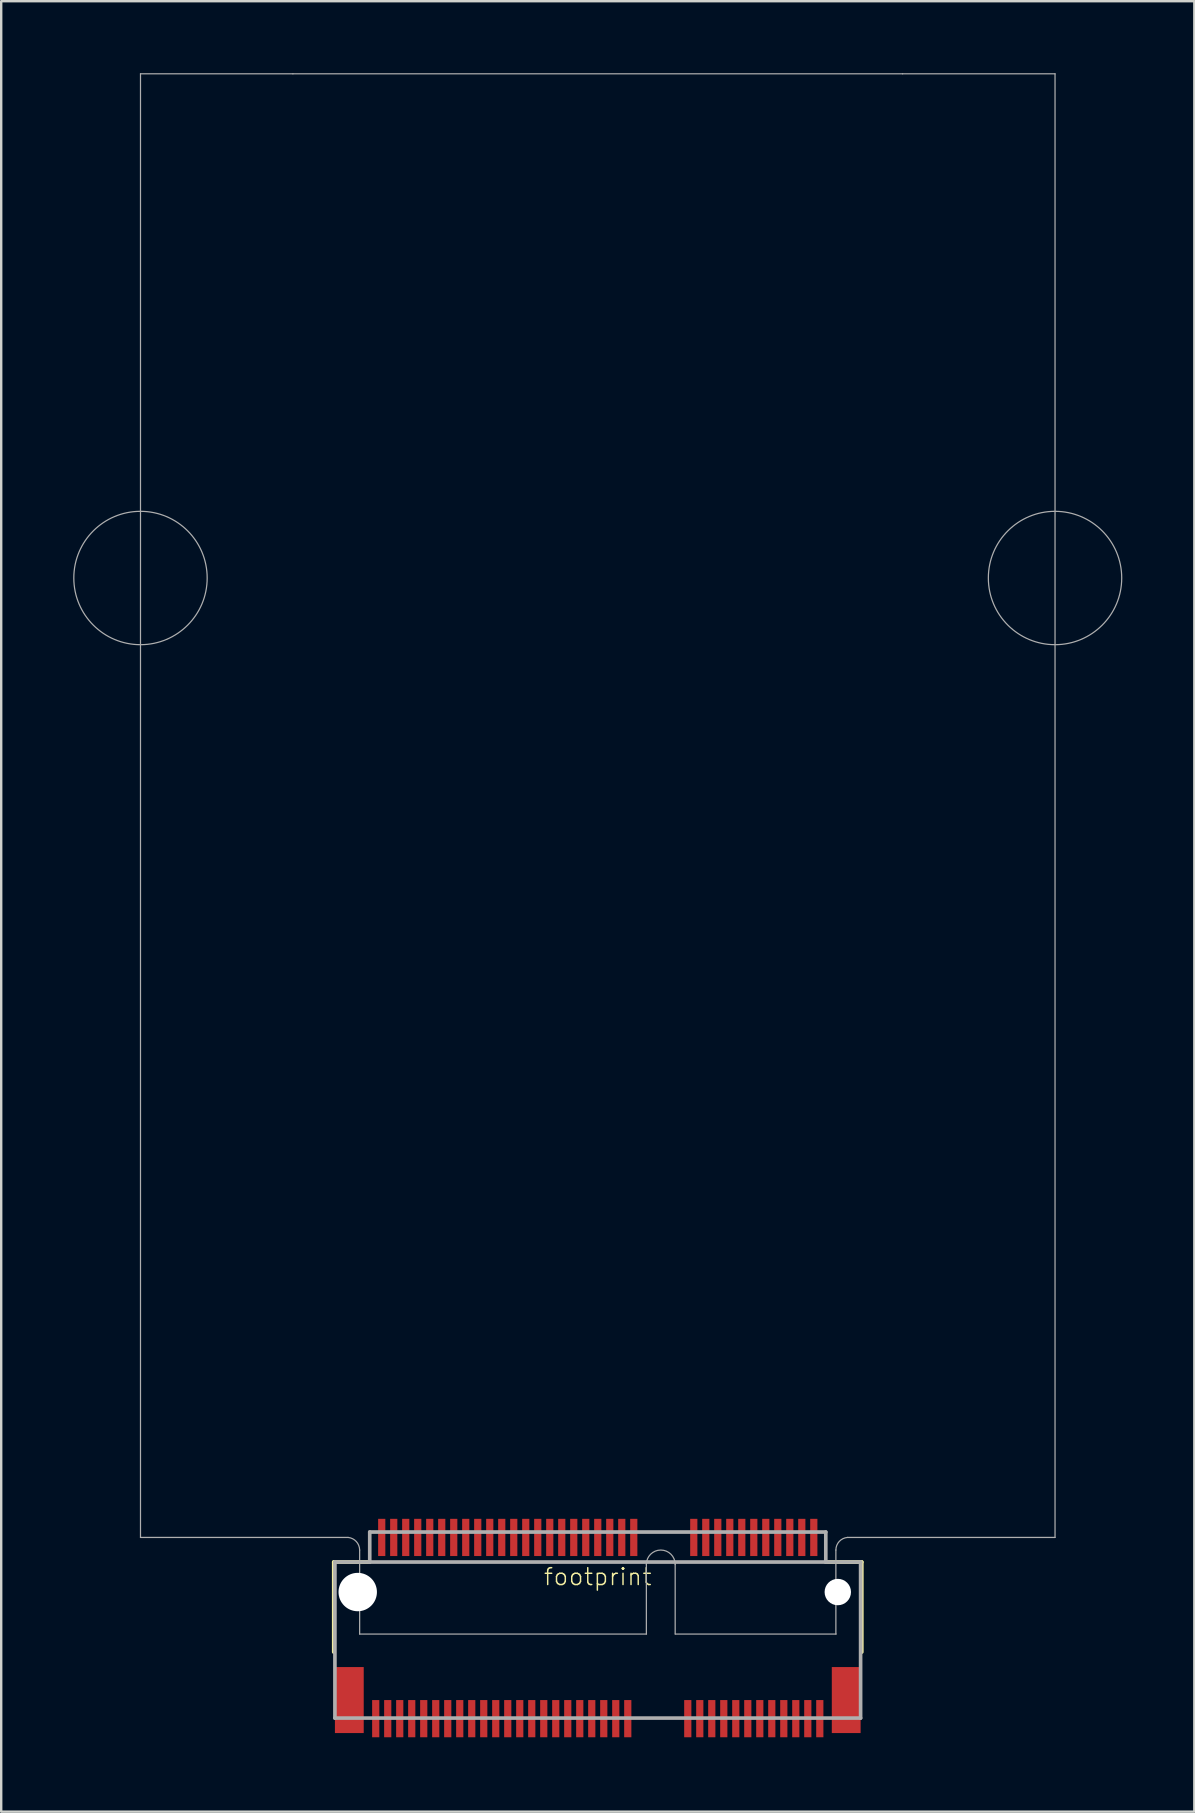
<source format=kicad_pcb>
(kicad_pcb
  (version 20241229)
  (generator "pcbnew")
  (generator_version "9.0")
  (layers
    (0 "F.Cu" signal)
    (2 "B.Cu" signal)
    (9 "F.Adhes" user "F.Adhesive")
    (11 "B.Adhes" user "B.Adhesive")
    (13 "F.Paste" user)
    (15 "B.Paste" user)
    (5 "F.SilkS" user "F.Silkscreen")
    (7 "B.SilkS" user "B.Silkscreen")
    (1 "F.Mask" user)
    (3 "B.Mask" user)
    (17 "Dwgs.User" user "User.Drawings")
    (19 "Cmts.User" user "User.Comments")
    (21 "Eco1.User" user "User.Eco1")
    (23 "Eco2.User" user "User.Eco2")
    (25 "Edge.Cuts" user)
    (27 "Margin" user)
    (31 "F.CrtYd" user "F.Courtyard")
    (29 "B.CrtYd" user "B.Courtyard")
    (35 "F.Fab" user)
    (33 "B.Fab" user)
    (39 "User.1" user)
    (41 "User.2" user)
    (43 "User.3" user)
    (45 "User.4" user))
  (footprint "footprint"
    (layer "F.Cu")
    (at 21.853 63.275)
    (property "Reference" "footprint" (at 0 -0.635 0) (layer "F.SilkS") (effects (font (size 0.701 0.701) (thickness 0.061))))
    (fp_line (start -11 2.5) (end -11 -1.25) (stroke (width 0.152) (type solid)) (layer "F.SilkS"))
    (fp_line (start -9.5 -1.25) (end -11 -1.25) (stroke (width 0.152) (type solid)) (layer "F.SilkS"))
    (fp_line (start 11 -1.25) (end 9.5 -1.25) (stroke (width 0.152) (type solid)) (layer "F.SilkS"))
    (fp_line (start 11 2.5) (end 11 -1.25) (stroke (width 0.152) (type solid)) (layer "F.SilkS"))
    (fp_poly (pts (xy -9.4 6.15) (xy -9.1 6.15) (xy -9.1 4.4) (xy -9.4 4.4)) (stroke (width 0) (type solid)) (fill yes) (layer "F.Paste"))
    (fp_poly (pts (xy -9.15 -1.4) (xy -8.85 -1.4) (xy -8.85 -3.15) (xy -9.15 -3.15)) (stroke (width 0) (type solid)) (fill yes) (layer "F.Paste"))
    (fp_poly (pts (xy -8.9 6.15) (xy -8.6 6.15) (xy -8.6 4.4) (xy -8.9 4.4)) (stroke (width 0) (type solid)) (fill yes) (layer "F.Paste"))
    (fp_poly (pts (xy -8.65 -1.4) (xy -8.35 -1.4) (xy -8.35 -3.15) (xy -8.65 -3.15)) (stroke (width 0) (type solid)) (fill yes) (layer "F.Paste"))
    (fp_poly (pts (xy -8.4 6.15) (xy -8.1 6.15) (xy -8.1 4.4) (xy -8.4 4.4)) (stroke (width 0) (type solid)) (fill yes) (layer "F.Paste"))
    (fp_poly (pts (xy -8.15 -1.4) (xy -7.85 -1.4) (xy -7.85 -3.15) (xy -8.15 -3.15)) (stroke (width 0) (type solid)) (fill yes) (layer "F.Paste"))
    (fp_poly (pts (xy -7.9 6.15) (xy -7.6 6.15) (xy -7.6 4.4) (xy -7.9 4.4)) (stroke (width 0) (type solid)) (fill yes) (layer "F.Paste"))
    (fp_poly (pts (xy -7.65 -1.4) (xy -7.35 -1.4) (xy -7.35 -3.15) (xy -7.65 -3.15)) (stroke (width 0) (type solid)) (fill yes) (layer "F.Paste"))
    (fp_poly (pts (xy -7.4 6.15) (xy -7.1 6.15) (xy -7.1 4.4) (xy -7.4 4.4)) (stroke (width 0) (type solid)) (fill yes) (layer "F.Paste"))
    (fp_poly (pts (xy -7.15 -1.4) (xy -6.85 -1.4) (xy -6.85 -3.15) (xy -7.15 -3.15)) (stroke (width 0) (type solid)) (fill yes) (layer "F.Paste"))
    (fp_poly (pts (xy -6.9 6.15) (xy -6.6 6.15) (xy -6.6 4.4) (xy -6.9 4.4)) (stroke (width 0) (type solid)) (fill yes) (layer "F.Paste"))
    (fp_poly (pts (xy -6.65 -1.4) (xy -6.35 -1.4) (xy -6.35 -3.15) (xy -6.65 -3.15)) (stroke (width 0) (type solid)) (fill yes) (layer "F.Paste"))
    (fp_poly (pts (xy -6.4 6.15) (xy -6.1 6.15) (xy -6.1 4.4) (xy -6.4 4.4)) (stroke (width 0) (type solid)) (fill yes) (layer "F.Paste"))
    (fp_poly (pts (xy -6.15 -1.4) (xy -5.85 -1.4) (xy -5.85 -3.15) (xy -6.15 -3.15)) (stroke (width 0) (type solid)) (fill yes) (layer "F.Paste"))
    (fp_poly (pts (xy -5.9 6.15) (xy -5.6 6.15) (xy -5.6 4.4) (xy -5.9 4.4)) (stroke (width 0) (type solid)) (fill yes) (layer "F.Paste"))
    (fp_poly (pts (xy -5.65 -1.4) (xy -5.35 -1.4) (xy -5.35 -3.15) (xy -5.65 -3.15)) (stroke (width 0) (type solid)) (fill yes) (layer "F.Paste"))
    (fp_poly (pts (xy -5.4 6.15) (xy -5.1 6.15) (xy -5.1 4.4) (xy -5.4 4.4)) (stroke (width 0) (type solid)) (fill yes) (layer "F.Paste"))
    (fp_poly (pts (xy -5.15 -1.4) (xy -4.85 -1.4) (xy -4.85 -3.15) (xy -5.15 -3.15)) (stroke (width 0) (type solid)) (fill yes) (layer "F.Paste"))
    (fp_poly (pts (xy -4.9 6.15) (xy -4.6 6.15) (xy -4.6 4.4) (xy -4.9 4.4)) (stroke (width 0) (type solid)) (fill yes) (layer "F.Paste"))
    (fp_poly (pts (xy -4.65 -1.4) (xy -4.35 -1.4) (xy -4.35 -3.15) (xy -4.65 -3.15)) (stroke (width 0) (type solid)) (fill yes) (layer "F.Paste"))
    (fp_poly (pts (xy -4.4 6.15) (xy -4.1 6.15) (xy -4.1 4.4) (xy -4.4 4.4)) (stroke (width 0) (type solid)) (fill yes) (layer "F.Paste"))
    (fp_poly (pts (xy -4.15 -1.4) (xy -3.85 -1.4) (xy -3.85 -3.15) (xy -4.15 -3.15)) (stroke (width 0) (type solid)) (fill yes) (layer "F.Paste"))
    (fp_poly (pts (xy -3.9 6.15) (xy -3.6 6.15) (xy -3.6 4.4) (xy -3.9 4.4)) (stroke (width 0) (type solid)) (fill yes) (layer "F.Paste"))
    (fp_poly (pts (xy -3.65 -1.4) (xy -3.35 -1.4) (xy -3.35 -3.15) (xy -3.65 -3.15)) (stroke (width 0) (type solid)) (fill yes) (layer "F.Paste"))
    (fp_poly (pts (xy -3.4 6.15) (xy -3.1 6.15) (xy -3.1 4.4) (xy -3.4 4.4)) (stroke (width 0) (type solid)) (fill yes) (layer "F.Paste"))
    (fp_poly (pts (xy -3.15 -1.4) (xy -2.85 -1.4) (xy -2.85 -3.15) (xy -3.15 -3.15)) (stroke (width 0) (type solid)) (fill yes) (layer "F.Paste"))
    (fp_poly (pts (xy -2.9 6.15) (xy -2.6 6.15) (xy -2.6 4.4) (xy -2.9 4.4)) (stroke (width 0) (type solid)) (fill yes) (layer "F.Paste"))
    (fp_poly (pts (xy -2.65 -1.4) (xy -2.35 -1.4) (xy -2.35 -3.15) (xy -2.65 -3.15)) (stroke (width 0) (type solid)) (fill yes) (layer "F.Paste"))
    (fp_poly (pts (xy -2.4 6.15) (xy -2.1 6.15) (xy -2.1 4.4) (xy -2.4 4.4)) (stroke (width 0) (type solid)) (fill yes) (layer "F.Paste"))
    (fp_poly (pts (xy -2.15 -1.4) (xy -1.85 -1.4) (xy -1.85 -3.15) (xy -2.15 -3.15)) (stroke (width 0) (type solid)) (fill yes) (layer "F.Paste"))
    (fp_poly (pts (xy -1.9 6.15) (xy -1.6 6.15) (xy -1.6 4.4) (xy -1.9 4.4)) (stroke (width 0) (type solid)) (fill yes) (layer "F.Paste"))
    (fp_poly (pts (xy -1.65 -1.4) (xy -1.35 -1.4) (xy -1.35 -3.15) (xy -1.65 -3.15)) (stroke (width 0) (type solid)) (fill yes) (layer "F.Paste"))
    (fp_poly (pts (xy -1.4 6.15) (xy -1.1 6.15) (xy -1.1 4.4) (xy -1.4 4.4)) (stroke (width 0) (type solid)) (fill yes) (layer "F.Paste"))
    (fp_poly (pts (xy -1.15 -1.4) (xy -0.85 -1.4) (xy -0.85 -3.15) (xy -1.15 -3.15)) (stroke (width 0) (type solid)) (fill yes) (layer "F.Paste"))
    (fp_poly (pts (xy -0.9 6.15) (xy -0.6 6.15) (xy -0.6 4.4) (xy -0.9 4.4)) (stroke (width 0) (type solid)) (fill yes) (layer "F.Paste"))
    (fp_poly (pts (xy -0.65 -1.4) (xy -0.35 -1.4) (xy -0.35 -3.15) (xy -0.65 -3.15)) (stroke (width 0) (type solid)) (fill yes) (layer "F.Paste"))
    (fp_poly (pts (xy -0.4 6.15) (xy -0.1 6.15) (xy -0.1 4.4) (xy -0.4 4.4)) (stroke (width 0) (type solid)) (fill yes) (layer "F.Paste"))
    (fp_poly (pts (xy -0.15 -1.4) (xy 0.15 -1.4) (xy 0.15 -3.15) (xy -0.15 -3.15)) (stroke (width 0) (type solid)) (fill yes) (layer "F.Paste"))
    (fp_poly (pts (xy 0.1 6.15) (xy 0.4 6.15) (xy 0.4 4.4) (xy 0.1 4.4)) (stroke (width 0) (type solid)) (fill yes) (layer "F.Paste"))
    (fp_poly (pts (xy 0.35 -1.4) (xy 0.65 -1.4) (xy 0.65 -3.15) (xy 0.35 -3.15)) (stroke (width 0) (type solid)) (fill yes) (layer "F.Paste"))
    (fp_poly (pts (xy 0.6 6.15) (xy 0.9 6.15) (xy 0.9 4.4) (xy 0.6 4.4)) (stroke (width 0) (type solid)) (fill yes) (layer "F.Paste"))
    (fp_poly (pts (xy 0.85 -1.4) (xy 1.15 -1.4) (xy 1.15 -3.15) (xy 0.85 -3.15)) (stroke (width 0) (type solid)) (fill yes) (layer "F.Paste"))
    (fp_poly (pts (xy 1.1 6.15) (xy 1.4 6.15) (xy 1.4 4.4) (xy 1.1 4.4)) (stroke (width 0) (type solid)) (fill yes) (layer "F.Paste"))
    (fp_poly (pts (xy 1.35 -1.4) (xy 1.65 -1.4) (xy 1.65 -3.15) (xy 1.35 -3.15)) (stroke (width 0) (type solid)) (fill yes) (layer "F.Paste"))
    (fp_poly (pts (xy 3.6 6.15) (xy 3.9 6.15) (xy 3.9 4.4) (xy 3.6 4.4)) (stroke (width 0) (type solid)) (fill yes) (layer "F.Paste"))
    (fp_poly (pts (xy 3.85 -1.4) (xy 4.15 -1.4) (xy 4.15 -3.15) (xy 3.85 -3.15)) (stroke (width 0) (type solid)) (fill yes) (layer "F.Paste"))
    (fp_poly (pts (xy 4.1 6.15) (xy 4.4 6.15) (xy 4.4 4.4) (xy 4.1 4.4)) (stroke (width 0) (type solid)) (fill yes) (layer "F.Paste"))
    (fp_poly (pts (xy 4.35 -1.4) (xy 4.65 -1.4) (xy 4.65 -3.15) (xy 4.35 -3.15)) (stroke (width 0) (type solid)) (fill yes) (layer "F.Paste"))
    (fp_poly (pts (xy 4.6 6.15) (xy 4.9 6.15) (xy 4.9 4.4) (xy 4.6 4.4)) (stroke (width 0) (type solid)) (fill yes) (layer "F.Paste"))
    (fp_poly (pts (xy 4.85 -1.4) (xy 5.15 -1.4) (xy 5.15 -3.15) (xy 4.85 -3.15)) (stroke (width 0) (type solid)) (fill yes) (layer "F.Paste"))
    (fp_poly (pts (xy 5.1 6.15) (xy 5.4 6.15) (xy 5.4 4.4) (xy 5.1 4.4)) (stroke (width 0) (type solid)) (fill yes) (layer "F.Paste"))
    (fp_poly (pts (xy 5.35 -1.4) (xy 5.65 -1.4) (xy 5.65 -3.15) (xy 5.35 -3.15)) (stroke (width 0) (type solid)) (fill yes) (layer "F.Paste"))
    (fp_poly (pts (xy 5.6 6.15) (xy 5.9 6.15) (xy 5.9 4.4) (xy 5.6 4.4)) (stroke (width 0) (type solid)) (fill yes) (layer "F.Paste"))
    (fp_poly (pts (xy 5.85 -1.4) (xy 6.15 -1.4) (xy 6.15 -3.15) (xy 5.85 -3.15)) (stroke (width 0) (type solid)) (fill yes) (layer "F.Paste"))
    (fp_poly (pts (xy 6.1 6.15) (xy 6.4 6.15) (xy 6.4 4.4) (xy 6.1 4.4)) (stroke (width 0) (type solid)) (fill yes) (layer "F.Paste"))
    (fp_poly (pts (xy 6.35 -1.4) (xy 6.65 -1.4) (xy 6.65 -3.15) (xy 6.35 -3.15)) (stroke (width 0) (type solid)) (fill yes) (layer "F.Paste"))
    (fp_poly (pts (xy 6.6 6.15) (xy 6.9 6.15) (xy 6.9 4.4) (xy 6.6 4.4)) (stroke (width 0) (type solid)) (fill yes) (layer "F.Paste"))
    (fp_poly (pts (xy 6.85 -1.4) (xy 7.15 -1.4) (xy 7.15 -3.15) (xy 6.85 -3.15)) (stroke (width 0) (type solid)) (fill yes) (layer "F.Paste"))
    (fp_poly (pts (xy 7.1 6.15) (xy 7.4 6.15) (xy 7.4 4.4) (xy 7.1 4.4)) (stroke (width 0) (type solid)) (fill yes) (layer "F.Paste"))
    (fp_poly (pts (xy 7.35 -1.4) (xy 7.65 -1.4) (xy 7.65 -3.15) (xy 7.35 -3.15)) (stroke (width 0) (type solid)) (fill yes) (layer "F.Paste"))
    (fp_poly (pts (xy 7.6 6.15) (xy 7.9 6.15) (xy 7.9 4.4) (xy 7.6 4.4)) (stroke (width 0) (type solid)) (fill yes) (layer "F.Paste"))
    (fp_poly (pts (xy 7.85 -1.4) (xy 8.15 -1.4) (xy 8.15 -3.15) (xy 7.85 -3.15)) (stroke (width 0) (type solid)) (fill yes) (layer "F.Paste"))
    (fp_poly (pts (xy 8.1 6.15) (xy 8.4 6.15) (xy 8.4 4.4) (xy 8.1 4.4)) (stroke (width 0) (type solid)) (fill yes) (layer "F.Paste"))
    (fp_poly (pts (xy 8.35 -1.4) (xy 8.65 -1.4) (xy 8.65 -3.15) (xy 8.35 -3.15)) (stroke (width 0) (type solid)) (fill yes) (layer "F.Paste"))
    (fp_poly (pts (xy 8.6 6.15) (xy 8.9 6.15) (xy 8.9 4.4) (xy 8.6 4.4)) (stroke (width 0) (type solid)) (fill yes) (layer "F.Paste"))
    (fp_poly (pts (xy 8.85 -1.4) (xy 9.15 -1.4) (xy 9.15 -3.15) (xy 8.85 -3.15)) (stroke (width 0) (type solid)) (fill yes) (layer "F.Paste"))
    (fp_poly (pts (xy 9.1 6.15) (xy 9.4 6.15) (xy 9.4 4.4) (xy 9.1 4.4)) (stroke (width 0) (type solid)) (fill yes) (layer "F.Paste"))
    (fp_line (start -19.05 -63.25) (end -12.7 -63.25) (stroke (width 0.051) (type solid)) (layer "F.Fab"))
    (fp_line (start -19.05 -2.275) (end -19.05 -63.25) (stroke (width 0.051) (type solid)) (layer "F.Fab"))
    (fp_line (start -12.7 -63.25) (end 12.7 -63.25) (stroke (width 0.051) (type solid)) (layer "F.Fab"))
    (fp_line (start -10.95 -1.25) (end -10.95 5.25) (stroke (width 0.152) (type solid)) (layer "F.Fab"))
    (fp_line (start -10.95 5.25) (end 10.95 5.25) (stroke (width 0.152) (type solid)) (layer "F.Fab"))
    (fp_line (start -10.4 -2.275) (end -19.05 -2.275) (stroke (width 0.051) (type solid)) (layer "F.Fab"))
    (fp_line (start -9.92 1.75) (end -9.92 -1.75) (stroke (width 0.051) (type solid)) (layer "F.Fab"))
    (fp_line (start -9.5 -2.5) (end -9.5 -1.25) (stroke (width 0.152) (type solid)) (layer "F.Fab"))
    (fp_line (start -9.5 -1.25) (end -10.95 -1.25) (stroke (width 0.152) (type solid)) (layer "F.Fab"))
    (fp_line (start 2.025 -1.15) (end 2.025 1.75) (stroke (width 0.051) (type solid)) (layer "F.Fab"))
    (fp_line (start 2.03 1.75) (end -9.92 1.75) (stroke (width 0.051) (type solid)) (layer "F.Fab"))
    (fp_line (start 3.225 -1.15) (end 3.225 1.75) (stroke (width 0.051) (type solid)) (layer "F.Fab"))
    (fp_line (start 9.5 -2.5) (end -9.5 -2.5) (stroke (width 0.152) (type solid)) (layer "F.Fab"))
    (fp_line (start 9.5 -2.5) (end 9.5 -1.25) (stroke (width 0.152) (type solid)) (layer "F.Fab"))
    (fp_line (start 9.5 -1.25) (end -9.5 -1.25) (stroke (width 0.152) (type solid)) (layer "F.Fab"))
    (fp_line (start 9.92 -1.75) (end 9.92 1.75) (stroke (width 0.051) (type solid)) (layer "F.Fab"))
    (fp_line (start 9.93 1.75) (end 3.23 1.75) (stroke (width 0.051) (type solid)) (layer "F.Fab"))
    (fp_line (start 10.4 -2.275) (end 19.05 -2.275) (stroke (width 0.051) (type solid)) (layer "F.Fab"))
    (fp_line (start 10.95 -1.25) (end 9.5 -1.25) (stroke (width 0.152) (type solid)) (layer "F.Fab"))
    (fp_line (start 10.95 5.25) (end 10.95 -1.25) (stroke (width 0.152) (type solid)) (layer "F.Fab"))
    (fp_line (start 12.7 -63.25) (end 19.05 -63.25) (stroke (width 0.051) (type solid)) (layer "F.Fab"))
    (fp_line (start 19.05 -2.275) (end 19.05 -63.25) (stroke (width 0.051) (type solid)) (layer "F.Fab"))
    (fp_arc (start -10.4 -2.275) (mid -10.059471 -2.104412) (end -9.919998 -1.75) (stroke (width 0.0508) (type solid)) (layer "F.Fab"))
    (fp_arc (start 2.025 -1.15) (mid 2.625 -1.75) (end 3.225 -1.15) (stroke (width 0.0508) (type solid)) (layer "F.Fab"))
    (fp_arc (start 9.919999 -1.750001) (mid 10.057986 -2.10577) (end 10.4 -2.275) (stroke (width 0.0508) (type solid)) (layer "F.Fab"))
    (fp_circle (center -19.05 -42.245) (end -16.272 -42.245) (stroke (width 0.051) (type solid)) (fill no) (layer "F.Fab"))
    (fp_circle (center 19.05 -42.245) (end 21.828 -42.245) (stroke (width 0.051) (type solid)) (fill no) (layer "F.Fab"))
    (pad "" np_thru_hole circle (at -10 0) (size 1.6 1.6) (drill 1.6) (layers "*.Cu" "*.Mask"))
    (pad "" np_thru_hole circle (at 10 0) (size 1.1 1.1) (drill 1.1) (layers "*.Cu" "*.Mask"))
    (pad "1" smd rect (at 9.25 5.275 180) (size 0.3 1.55) (layers "F.Cu" "F.Mask"))
    (pad "2" smd rect (at 9 -2.275 180) (size 0.3 1.55) (layers "F.Cu" "F.Mask"))
    (pad "3" smd rect (at 8.75 5.275 180) (size 0.3 1.55) (layers "F.Cu" "F.Mask"))
    (pad "4" smd rect (at 8.5 -2.275 180) (size 0.3 1.55) (layers "F.Cu" "F.Mask"))
    (pad "5" smd rect (at 8.25 5.275 180) (size 0.3 1.55) (layers "F.Cu" "F.Mask"))
    (pad "6" smd rect (at 8 -2.275 180) (size 0.3 1.55) (layers "F.Cu" "F.Mask"))
    (pad "7" smd rect (at 7.75 5.275 180) (size 0.3 1.55) (layers "F.Cu" "F.Mask"))
    (pad "8" smd rect (at 7.5 -2.275 180) (size 0.3 1.55) (layers "F.Cu" "F.Mask"))
    (pad "9" smd rect (at 7.25 5.275 180) (size 0.3 1.55) (layers "F.Cu" "F.Mask"))
    (pad "10" smd rect (at 7 -2.275 180) (size 0.3 1.55) (layers "F.Cu" "F.Mask"))
    (pad "11" smd rect (at 6.75 5.275 180) (size 0.3 1.55) (layers "F.Cu" "F.Mask"))
    (pad "12" smd rect (at 6.5 -2.275 180) (size 0.3 1.55) (layers "F.Cu" "F.Mask"))
    (pad "13" smd rect (at 6.25 5.275 180) (size 0.3 1.55) (layers "F.Cu" "F.Mask"))
    (pad "14" smd rect (at 6 -2.275 180) (size 0.3 1.55) (layers "F.Cu" "F.Mask"))
    (pad "15" smd rect (at 5.75 5.275 180) (size 0.3 1.55) (layers "F.Cu" "F.Mask"))
    (pad "16" smd rect (at 5.5 -2.275 180) (size 0.3 1.55) (layers "F.Cu" "F.Mask"))
    (pad "17" smd rect (at 5.25 5.275 180) (size 0.3 1.55) (layers "F.Cu" "F.Mask"))
    (pad "18" smd rect (at 5 -2.275 180) (size 0.3 1.55) (layers "F.Cu" "F.Mask"))
    (pad "19" smd rect (at 4.75 5.275 180) (size 0.3 1.55) (layers "F.Cu" "F.Mask"))
    (pad "20" smd rect (at 4.5 -2.275 180) (size 0.3 1.55) (layers "F.Cu" "F.Mask"))
    (pad "21" smd rect (at 4.25 5.275 180) (size 0.3 1.55) (layers "F.Cu" "F.Mask"))
    (pad "22" smd rect (at 4 -2.275 180) (size 0.3 1.55) (layers "F.Cu" "F.Mask"))
    (pad "23" smd rect (at 3.75 5.275 180) (size 0.3 1.55) (layers "F.Cu" "F.Mask"))
    (pad "32" smd rect (at 1.5 -2.275 180) (size 0.3 1.55) (layers "F.Cu" "F.Mask"))
    (pad "33" smd rect (at 1.25 5.275 180) (size 0.3 1.55) (layers "F.Cu" "F.Mask"))
    (pad "34" smd rect (at 1 -2.275 180) (size 0.3 1.55) (layers "F.Cu" "F.Mask"))
    (pad "35" smd rect (at 0.75 5.275 180) (size 0.3 1.55) (layers "F.Cu" "F.Mask"))
    (pad "36" smd rect (at 0.5 -2.275 180) (size 0.3 1.55) (layers "F.Cu" "F.Mask"))
    (pad "37" smd rect (at 0.25 5.275 180) (size 0.3 1.55) (layers "F.Cu" "F.Mask"))
    (pad "38" smd rect (at 0 -2.275 180) (size 0.3 1.55) (layers "F.Cu" "F.Mask"))
    (pad "39" smd rect (at -0.25 5.275 180) (size 0.3 1.55) (layers "F.Cu" "F.Mask"))
    (pad "40" smd rect (at -0.5 -2.275 180) (size 0.3 1.55) (layers "F.Cu" "F.Mask"))
    (pad "41" smd rect (at -0.75 5.275 180) (size 0.3 1.55) (layers "F.Cu" "F.Mask"))
    (pad "42" smd rect (at -1 -2.275 180) (size 0.3 1.55) (layers "F.Cu" "F.Mask"))
    (pad "43" smd rect (at -1.25 5.275 180) (size 0.3 1.55) (layers "F.Cu" "F.Mask"))
    (pad "44" smd rect (at -1.5 -2.275 180) (size 0.3 1.55) (layers "F.Cu" "F.Mask"))
    (pad "45" smd rect (at -1.75 5.275 180) (size 0.3 1.55) (layers "F.Cu" "F.Mask"))
    (pad "46" smd rect (at -2 -2.275 180) (size 0.3 1.55) (layers "F.Cu" "F.Mask"))
    (pad "47" smd rect (at -2.25 5.275 180) (size 0.3 1.55) (layers "F.Cu" "F.Mask"))
    (pad "48" smd rect (at -2.5 -2.275 180) (size 0.3 1.55) (layers "F.Cu" "F.Mask"))
    (pad "49" smd rect (at -2.75 5.275 180) (size 0.3 1.55) (layers "F.Cu" "F.Mask"))
    (pad "50" smd rect (at -3 -2.275 180) (size 0.3 1.55) (layers "F.Cu" "F.Mask"))
    (pad "51" smd rect (at -3.25 5.275 180) (size 0.3 1.55) (layers "F.Cu" "F.Mask"))
    (pad "52" smd rect (at -3.5 -2.275 180) (size 0.3 1.55) (layers "F.Cu" "F.Mask"))
    (pad "53" smd rect (at -3.75 5.275 180) (size 0.3 1.55) (layers "F.Cu" "F.Mask"))
    (pad "54" smd rect (at -4 -2.275 180) (size 0.3 1.55) (layers "F.Cu" "F.Mask"))
    (pad "55" smd rect (at -4.25 5.275 180) (size 0.3 1.55) (layers "F.Cu" "F.Mask"))
    (pad "56" smd rect (at -4.5 -2.275 180) (size 0.3 1.55) (layers "F.Cu" "F.Mask"))
    (pad "57" smd rect (at -4.75 5.275 180) (size 0.3 1.55) (layers "F.Cu" "F.Mask"))
    (pad "58" smd rect (at -5 -2.275 180) (size 0.3 1.55) (layers "F.Cu" "F.Mask"))
    (pad "59" smd rect (at -5.25 5.275 180) (size 0.3 1.55) (layers "F.Cu" "F.Mask"))
    (pad "60" smd rect (at -5.5 -2.275 180) (size 0.3 1.55) (layers "F.Cu" "F.Mask"))
    (pad "61" smd rect (at -5.75 5.275 180) (size 0.3 1.55) (layers "F.Cu" "F.Mask"))
    (pad "62" smd rect (at -6 -2.275 180) (size 0.3 1.55) (layers "F.Cu" "F.Mask"))
    (pad "63" smd rect (at -6.25 5.275 180) (size 0.3 1.55) (layers "F.Cu" "F.Mask"))
    (pad "64" smd rect (at -6.5 -2.275 180) (size 0.3 1.55) (layers "F.Cu" "F.Mask"))
    (pad "65" smd rect (at -6.75 5.275 180) (size 0.3 1.55) (layers "F.Cu" "F.Mask"))
    (pad "66" smd rect (at -7 -2.275 180) (size 0.3 1.55) (layers "F.Cu" "F.Mask"))
    (pad "67" smd rect (at -7.25 5.275 180) (size 0.3 1.55) (layers "F.Cu" "F.Mask"))
    (pad "68" smd rect (at -7.5 -2.275 180) (size 0.3 1.55) (layers "F.Cu" "F.Mask"))
    (pad "69" smd rect (at -7.75 5.275 180) (size 0.3 1.55) (layers "F.Cu" "F.Mask"))
    (pad "70" smd rect (at -8 -2.275 180) (size 0.3 1.55) (layers "F.Cu" "F.Mask"))
    (pad "71" smd rect (at -8.25 5.275 180) (size 0.3 1.55) (layers "F.Cu" "F.Mask"))
    (pad "72" smd rect (at -8.5 -2.275 180) (size 0.3 1.55) (layers "F.Cu" "F.Mask"))
    (pad "73" smd rect (at -8.75 5.275 180) (size 0.3 1.55) (layers "F.Cu" "F.Mask"))
    (pad "74" smd rect (at -9 -2.275 180) (size 0.3 1.55) (layers "F.Cu" "F.Mask"))
    (pad "75" smd rect (at -9.25 5.275 180) (size 0.3 1.55) (layers "F.Cu" "F.Mask"))
    (pad "A1" smd rect (at 10.35 4.5 180) (size 1.2 2.75) (layers "F.Cu" "F.Mask" "F.Paste"))
    (pad "A2" smd rect (at -10.35 4.5 180) (size 1.2 2.75) (layers "F.Cu" "F.Mask" "F.Paste")))
  (gr_rect
    (start -3 -3)
    (end 46.706 72.425)
    (stroke (width 0.1) (type default))
    (fill no)
    (layer "Edge.Cuts")))
</source>
